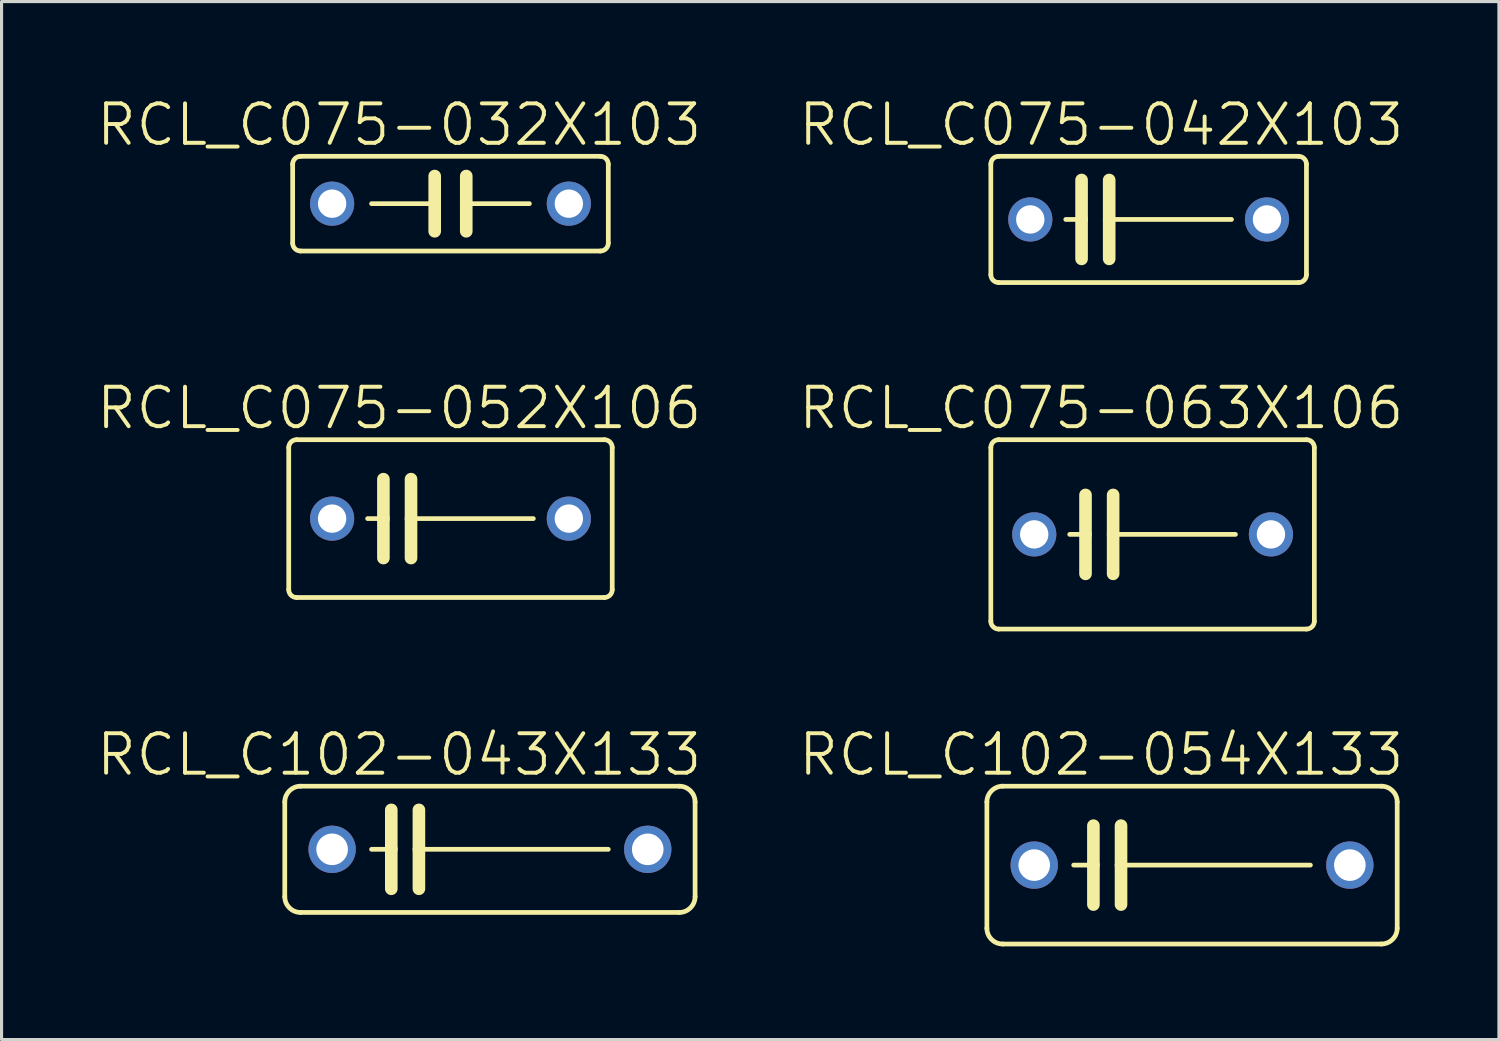
<source format=kicad_pcb>
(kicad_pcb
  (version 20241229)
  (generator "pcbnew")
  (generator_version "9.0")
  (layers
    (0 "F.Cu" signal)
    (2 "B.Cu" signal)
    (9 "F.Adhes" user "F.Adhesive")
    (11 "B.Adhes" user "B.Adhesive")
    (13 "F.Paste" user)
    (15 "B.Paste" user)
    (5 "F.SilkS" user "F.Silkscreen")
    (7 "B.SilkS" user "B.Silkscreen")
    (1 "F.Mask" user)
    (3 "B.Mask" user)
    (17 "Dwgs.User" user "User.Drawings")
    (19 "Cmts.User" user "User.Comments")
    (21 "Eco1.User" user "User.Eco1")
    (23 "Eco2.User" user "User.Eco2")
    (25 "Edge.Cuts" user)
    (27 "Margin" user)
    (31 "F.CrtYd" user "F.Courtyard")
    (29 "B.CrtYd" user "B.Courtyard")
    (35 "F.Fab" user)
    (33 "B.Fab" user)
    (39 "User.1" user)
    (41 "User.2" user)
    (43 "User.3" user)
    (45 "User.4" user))
  (footprint "RCL_C102-043X133"
    (layer "F.Cu")
    (at 12.721 24.29)
    (property "Reference" "RCL_C102-043X133" (at -2.921 -3.048 0) (layer "F.SilkS") (effects (font (size 1.27 1.27) (thickness 0.127))))
    (attr exclude_from_pos_files exclude_from_bom)
    (fp_line (start -6.604 1.524) (end -6.604 -1.524) (stroke (width 0.152) (type solid)) (layer "F.SilkS"))
    (fp_line (start -6.096 -2.032) (end 6.096 -2.032) (stroke (width 0.152) (type solid)) (layer "F.SilkS"))
    (fp_line (start -3.81 0) (end -3.175 0) (stroke (width 0.152) (type solid)) (layer "F.SilkS"))
    (fp_line (start -3.175 -1.27) (end -3.175 0) (stroke (width 0.406) (type solid)) (layer "F.SilkS"))
    (fp_line (start -3.175 0) (end -3.175 1.27) (stroke (width 0.406) (type solid)) (layer "F.SilkS"))
    (fp_line (start -2.286 -1.27) (end -2.286 0) (stroke (width 0.406) (type solid)) (layer "F.SilkS"))
    (fp_line (start -2.286 0) (end -2.286 1.27) (stroke (width 0.406) (type solid)) (layer "F.SilkS"))
    (fp_line (start 3.81 0) (end -2.286 0) (stroke (width 0.152) (type solid)) (layer "F.SilkS"))
    (fp_line (start 6.096 2.032) (end -6.096 2.032) (stroke (width 0.152) (type solid)) (layer "F.SilkS"))
    (fp_line (start 6.604 -1.524) (end 6.604 1.524) (stroke (width 0.152) (type solid)) (layer "F.SilkS"))
    (fp_arc (start -6.604 -1.524) (mid -6.45521 -1.88321) (end -6.096 -2.032) (stroke (width 0.1524) (type solid)) (layer "F.SilkS"))
    (fp_arc (start -6.096 2.032) (mid -6.45521 1.88321) (end -6.604 1.524) (stroke (width 0.1524) (type solid)) (layer "F.SilkS"))
    (fp_arc (start 6.096 -2.032) (mid 6.45521 -1.88321) (end 6.604 -1.524) (stroke (width 0.1524) (type solid)) (layer "F.SilkS"))
    (fp_arc (start 6.604 1.524) (mid 6.45521 1.88321) (end 6.096 2.032) (stroke (width 0.1524) (type solid)) (layer "F.SilkS"))
    (pad "1" thru_hole circle (at -5.08 0) (size 1.524 1.524) (drill 1.016) (layers "*.Cu" "*.Paste" "*.Mask"))
    (pad "2" thru_hole circle (at 5.08 0) (size 1.524 1.524) (drill 1.016) (layers "*.Cu" "*.Paste" "*.Mask")))
  (footprint "RCL_C075-052X106"
    (layer "F.Cu")
    (at 11.451 13.644)
    (property "Reference" "RCL_C075-052X106" (at -1.651 -3.556 0) (layer "F.SilkS") (effects (font (size 1.27 1.27) (thickness 0.127))))
    (attr exclude_from_pos_files exclude_from_bom)
    (fp_line (start -5.207 -2.286) (end -5.207 2.286) (stroke (width 0.152) (type solid)) (layer "F.SilkS"))
    (fp_line (start -4.953 2.54) (end 4.953 2.54) (stroke (width 0.152) (type solid)) (layer "F.SilkS"))
    (fp_line (start -2.667 0) (end -2.159 0) (stroke (width 0.152) (type solid)) (layer "F.SilkS"))
    (fp_line (start -2.159 -1.27) (end -2.159 0) (stroke (width 0.406) (type solid)) (layer "F.SilkS"))
    (fp_line (start -2.159 0) (end -2.159 1.27) (stroke (width 0.406) (type solid)) (layer "F.SilkS"))
    (fp_line (start -1.27 -1.27) (end -1.27 0) (stroke (width 0.406) (type solid)) (layer "F.SilkS"))
    (fp_line (start -1.27 0) (end -1.27 1.27) (stroke (width 0.406) (type solid)) (layer "F.SilkS"))
    (fp_line (start -1.27 0) (end 2.667 0) (stroke (width 0.152) (type solid)) (layer "F.SilkS"))
    (fp_line (start 4.953 -2.54) (end -4.953 -2.54) (stroke (width 0.152) (type solid)) (layer "F.SilkS"))
    (fp_line (start 5.207 2.286) (end 5.207 -2.286) (stroke (width 0.152) (type solid)) (layer "F.SilkS"))
    (fp_arc (start -5.207 -2.286) (mid -5.132605 -2.465605) (end -4.953 -2.54) (stroke (width 0.1524) (type solid)) (layer "F.SilkS"))
    (fp_arc (start -4.953 2.54) (mid -5.132605 2.465605) (end -5.207 2.286) (stroke (width 0.1524) (type solid)) (layer "F.SilkS"))
    (fp_arc (start 4.953 -2.54) (mid 5.132605 -2.465605) (end 5.207 -2.286) (stroke (width 0.1524) (type solid)) (layer "F.SilkS"))
    (fp_arc (start 5.207 2.286) (mid 5.132605 2.465605) (end 4.953 2.54) (stroke (width 0.1524) (type solid)) (layer "F.SilkS"))
    (pad "1" thru_hole circle (at -3.81 0) (size 1.422 1.422) (drill 0.914) (layers "*.Cu" "*.Paste" "*.Mask"))
    (pad "2" thru_hole circle (at 3.81 0) (size 1.422 1.422) (drill 0.914) (layers "*.Cu" "*.Paste" "*.Mask")))
  (footprint "RCL_C102-054X133"
    (layer "F.Cu")
    (at 35.322 24.798)
    (property "Reference" "RCL_C102-054X133" (at -2.921 -3.556 0) (layer "F.SilkS") (effects (font (size 1.27 1.27) (thickness 0.127))))
    (attr exclude_from_pos_files exclude_from_bom)
    (fp_line (start -6.604 2.032) (end -6.604 -2.032) (stroke (width 0.152) (type solid)) (layer "F.SilkS"))
    (fp_line (start -6.096 -2.54) (end 6.096 -2.54) (stroke (width 0.152) (type solid)) (layer "F.SilkS"))
    (fp_line (start -3.81 0) (end -3.175 0) (stroke (width 0.152) (type solid)) (layer "F.SilkS"))
    (fp_line (start -3.175 -1.27) (end -3.175 0) (stroke (width 0.406) (type solid)) (layer "F.SilkS"))
    (fp_line (start -3.175 0) (end -3.175 1.27) (stroke (width 0.406) (type solid)) (layer "F.SilkS"))
    (fp_line (start -2.286 -1.27) (end -2.286 0) (stroke (width 0.406) (type solid)) (layer "F.SilkS"))
    (fp_line (start -2.286 0) (end -2.286 1.27) (stroke (width 0.406) (type solid)) (layer "F.SilkS"))
    (fp_line (start 3.81 0) (end -2.286 0) (stroke (width 0.152) (type solid)) (layer "F.SilkS"))
    (fp_line (start 6.096 2.54) (end -6.096 2.54) (stroke (width 0.152) (type solid)) (layer "F.SilkS"))
    (fp_line (start 6.604 -2.032) (end 6.604 2.032) (stroke (width 0.152) (type solid)) (layer "F.SilkS"))
    (fp_arc (start -6.604 -2.032) (mid -6.45521 -2.39121) (end -6.096 -2.54) (stroke (width 0.1524) (type solid)) (layer "F.SilkS"))
    (fp_arc (start -6.096 2.54) (mid -6.45521 2.39121) (end -6.604 2.032) (stroke (width 0.1524) (type solid)) (layer "F.SilkS"))
    (fp_arc (start 6.096 -2.54) (mid 6.45521 -2.39121) (end 6.604 -2.032) (stroke (width 0.1524) (type solid)) (layer "F.SilkS"))
    (fp_arc (start 6.604 2.032) (mid 6.45521 2.39121) (end 6.096 2.54) (stroke (width 0.1524) (type solid)) (layer "F.SilkS"))
    (pad "1" thru_hole circle (at -5.08 0) (size 1.524 1.524) (drill 1.016) (layers "*.Cu" "*.Paste" "*.Mask"))
    (pad "2" thru_hole circle (at 5.08 0) (size 1.524 1.524) (drill 1.016) (layers "*.Cu" "*.Paste" "*.Mask")))
  (footprint "RCL_C075-042X103"
    (layer "F.Cu")
    (at 33.925 4.014)
    (property "Reference" "RCL_C075-042X103" (at -1.524 -3.048 0) (layer "F.SilkS") (effects (font (size 1.27 1.27) (thickness 0.127))))
    (attr exclude_from_pos_files exclude_from_bom)
    (fp_line (start -5.08 -1.778) (end -5.08 1.778) (stroke (width 0.152) (type solid)) (layer "F.SilkS"))
    (fp_line (start -4.826 2.032) (end 4.826 2.032) (stroke (width 0.152) (type solid)) (layer "F.SilkS"))
    (fp_line (start -2.667 0) (end -2.159 0) (stroke (width 0.152) (type solid)) (layer "F.SilkS"))
    (fp_line (start -2.159 -1.27) (end -2.159 0) (stroke (width 0.406) (type solid)) (layer "F.SilkS"))
    (fp_line (start -2.159 0) (end -2.159 1.27) (stroke (width 0.406) (type solid)) (layer "F.SilkS"))
    (fp_line (start -1.27 -1.27) (end -1.27 0) (stroke (width 0.406) (type solid)) (layer "F.SilkS"))
    (fp_line (start -1.27 0) (end -1.27 1.27) (stroke (width 0.406) (type solid)) (layer "F.SilkS"))
    (fp_line (start -1.27 0) (end 2.667 0) (stroke (width 0.152) (type solid)) (layer "F.SilkS"))
    (fp_line (start 4.826 -2.032) (end -4.826 -2.032) (stroke (width 0.152) (type solid)) (layer "F.SilkS"))
    (fp_line (start 5.08 1.778) (end 5.08 -1.778) (stroke (width 0.152) (type solid)) (layer "F.SilkS"))
    (fp_arc (start -5.08 -1.778) (mid -5.005605 -1.957605) (end -4.826 -2.032) (stroke (width 0.1524) (type solid)) (layer "F.SilkS"))
    (fp_arc (start -4.826 2.032) (mid -5.005605 1.957605) (end -5.08 1.778) (stroke (width 0.1524) (type solid)) (layer "F.SilkS"))
    (fp_arc (start 4.826 -2.032) (mid 5.005605 -1.957605) (end 5.08 -1.778) (stroke (width 0.1524) (type solid)) (layer "F.SilkS"))
    (fp_arc (start 5.08 1.778) (mid 5.005605 1.957605) (end 4.826 2.032) (stroke (width 0.1524) (type solid)) (layer "F.SilkS"))
    (pad "1" thru_hole circle (at -3.81 0) (size 1.422 1.422) (drill 0.914) (layers "*.Cu" "*.Paste" "*.Mask"))
    (pad "2" thru_hole circle (at 3.81 0) (size 1.422 1.422) (drill 0.914) (layers "*.Cu" "*.Paste" "*.Mask")))
  (footprint "RCL_C075-063X106"
    (layer "F.Cu")
    (at 34.052 14.152)
    (property "Reference" "RCL_C075-063X106" (at -1.651 -4.064 0) (layer "F.SilkS") (effects (font (size 1.27 1.27) (thickness 0.127))))
    (attr exclude_from_pos_files exclude_from_bom)
    (fp_line (start -5.207 -2.794) (end -5.207 2.794) (stroke (width 0.152) (type solid)) (layer "F.SilkS"))
    (fp_line (start -4.953 3.048) (end 4.953 3.048) (stroke (width 0.152) (type solid)) (layer "F.SilkS"))
    (fp_line (start -2.667 0) (end -2.159 0) (stroke (width 0.152) (type solid)) (layer "F.SilkS"))
    (fp_line (start -2.159 -1.27) (end -2.159 0) (stroke (width 0.406) (type solid)) (layer "F.SilkS"))
    (fp_line (start -2.159 0) (end -2.159 1.27) (stroke (width 0.406) (type solid)) (layer "F.SilkS"))
    (fp_line (start -1.27 -1.27) (end -1.27 0) (stroke (width 0.406) (type solid)) (layer "F.SilkS"))
    (fp_line (start -1.27 0) (end -1.27 1.27) (stroke (width 0.406) (type solid)) (layer "F.SilkS"))
    (fp_line (start -1.27 0) (end 2.667 0) (stroke (width 0.152) (type solid)) (layer "F.SilkS"))
    (fp_line (start 4.953 -3.048) (end -4.953 -3.048) (stroke (width 0.152) (type solid)) (layer "F.SilkS"))
    (fp_line (start 5.207 2.794) (end 5.207 -2.794) (stroke (width 0.152) (type solid)) (layer "F.SilkS"))
    (fp_arc (start -5.207 -2.794) (mid -5.132605 -2.973605) (end -4.953 -3.048) (stroke (width 0.1524) (type solid)) (layer "F.SilkS"))
    (fp_arc (start -4.953 3.048) (mid -5.132605 2.973605) (end -5.207 2.794) (stroke (width 0.1524) (type solid)) (layer "F.SilkS"))
    (fp_arc (start 4.953 -3.048) (mid 5.132605 -2.973605) (end 5.207 -2.794) (stroke (width 0.1524) (type solid)) (layer "F.SilkS"))
    (fp_arc (start 5.207 2.794) (mid 5.132605 2.973605) (end 4.953 3.048) (stroke (width 0.1524) (type solid)) (layer "F.SilkS"))
    (pad "1" thru_hole circle (at -3.81 0) (size 1.422 1.422) (drill 0.914) (layers "*.Cu" "*.Paste" "*.Mask"))
    (pad "2" thru_hole circle (at 3.81 0) (size 1.422 1.422) (drill 0.914) (layers "*.Cu" "*.Paste" "*.Mask")))
  (footprint "RCL_C075-032X103"
    (layer "F.Cu")
    (at 11.451 3.506)
    (property "Reference" "RCL_C075-032X103" (at -1.651 -2.54 0) (layer "F.SilkS") (effects (font (size 1.27 1.27) (thickness 0.127))))
    (attr exclude_from_pos_files exclude_from_bom)
    (fp_line (start -5.08 -1.27) (end -5.08 1.27) (stroke (width 0.152) (type solid)) (layer "F.SilkS"))
    (fp_line (start -4.826 1.524) (end 4.826 1.524) (stroke (width 0.152) (type solid)) (layer "F.SilkS"))
    (fp_line (start -2.54 0) (end -0.508 0) (stroke (width 0.152) (type solid)) (layer "F.SilkS"))
    (fp_line (start -0.508 -0.889) (end -0.508 0) (stroke (width 0.406) (type solid)) (layer "F.SilkS"))
    (fp_line (start -0.508 0) (end -0.508 0.889) (stroke (width 0.406) (type solid)) (layer "F.SilkS"))
    (fp_line (start 0.508 -0.889) (end 0.508 0) (stroke (width 0.406) (type solid)) (layer "F.SilkS"))
    (fp_line (start 0.508 0) (end 0.508 0.889) (stroke (width 0.406) (type solid)) (layer "F.SilkS"))
    (fp_line (start 0.508 0) (end 2.54 0) (stroke (width 0.152) (type solid)) (layer "F.SilkS"))
    (fp_line (start 4.826 -1.524) (end -4.826 -1.524) (stroke (width 0.152) (type solid)) (layer "F.SilkS"))
    (fp_line (start 5.08 1.27) (end 5.08 -1.27) (stroke (width 0.152) (type solid)) (layer "F.SilkS"))
    (fp_arc (start -5.08 -1.27) (mid -5.005605 -1.449605) (end -4.826 -1.524) (stroke (width 0.1524) (type solid)) (layer "F.SilkS"))
    (fp_arc (start -4.826 1.524) (mid -5.005605 1.449605) (end -5.08 1.27) (stroke (width 0.1524) (type solid)) (layer "F.SilkS"))
    (fp_arc (start 4.826 -1.524) (mid 5.005605 -1.449605) (end 5.08 -1.27) (stroke (width 0.1524) (type solid)) (layer "F.SilkS"))
    (fp_arc (start 5.08 1.27) (mid 5.005605 1.449605) (end 4.826 1.524) (stroke (width 0.1524) (type solid)) (layer "F.SilkS"))
    (pad "1" thru_hole circle (at -3.81 0) (size 1.422 1.422) (drill 0.914) (layers "*.Cu" "*.Paste" "*.Mask"))
    (pad "2" thru_hole circle (at 3.81 0) (size 1.422 1.422) (drill 0.914) (layers "*.Cu" "*.Paste" "*.Mask")))
  (gr_rect
    (start -3 -3)
    (end 45.201 30.414)
    (stroke (width 0.1) (type default))
    (fill no)
    (layer "Edge.Cuts")))
</source>
